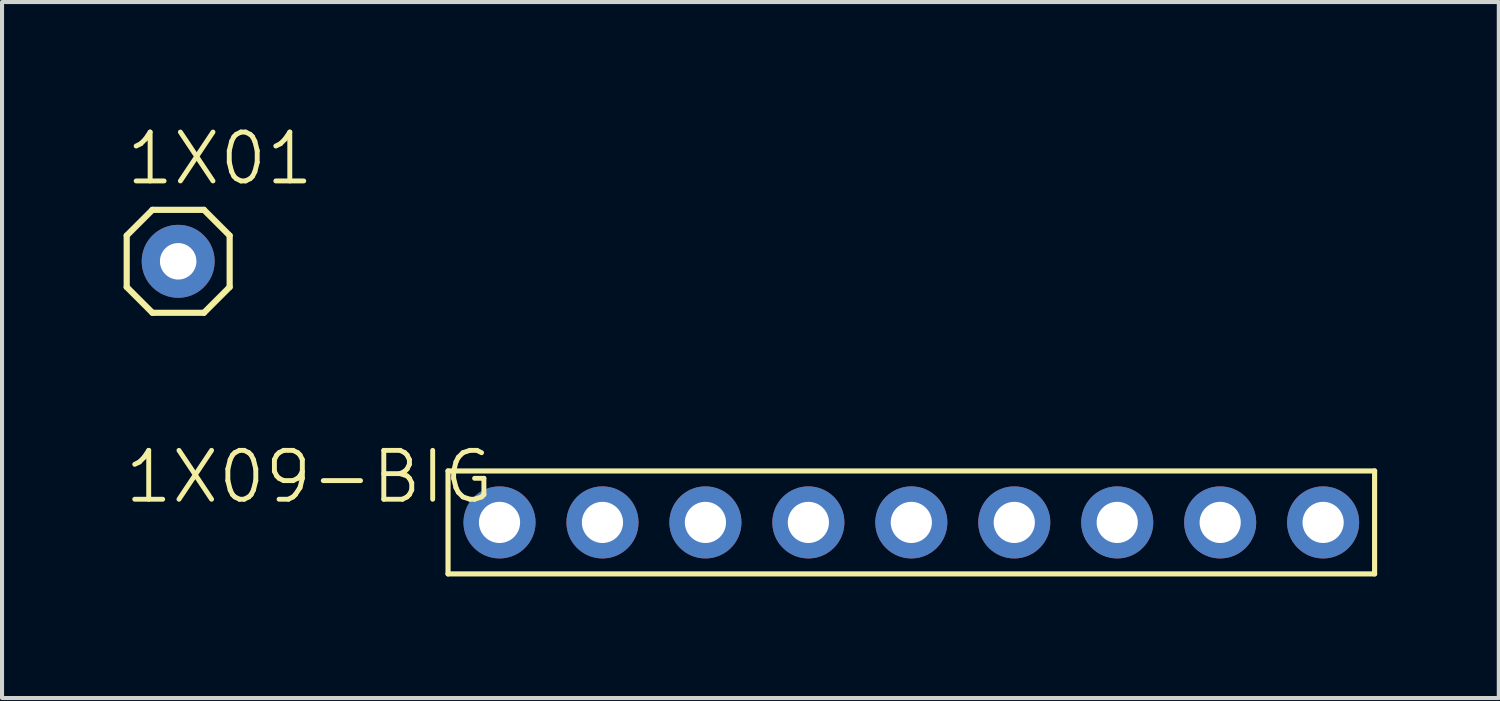
<source format=kicad_pcb>
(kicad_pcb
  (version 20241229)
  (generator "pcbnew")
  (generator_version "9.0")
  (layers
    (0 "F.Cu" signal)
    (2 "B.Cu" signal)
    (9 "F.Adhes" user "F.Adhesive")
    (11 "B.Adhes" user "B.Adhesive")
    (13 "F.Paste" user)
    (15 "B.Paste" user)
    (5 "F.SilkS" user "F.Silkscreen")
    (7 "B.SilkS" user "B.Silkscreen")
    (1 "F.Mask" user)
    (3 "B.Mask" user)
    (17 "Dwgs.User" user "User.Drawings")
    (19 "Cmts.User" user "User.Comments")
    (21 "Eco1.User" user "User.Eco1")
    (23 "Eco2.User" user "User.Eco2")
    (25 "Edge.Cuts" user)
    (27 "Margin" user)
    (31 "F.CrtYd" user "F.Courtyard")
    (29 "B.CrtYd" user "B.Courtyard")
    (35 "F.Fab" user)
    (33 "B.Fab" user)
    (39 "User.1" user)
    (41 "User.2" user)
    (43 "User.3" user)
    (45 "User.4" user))
  (footprint "1X09-BIG"
    (layer "F.Cu")
    (at 19.434 9.839)
    (property "Reference" "1X09-BIG" (at -10.236 -1.829 180) (layer "F.SilkS") (effects (font (size 1.206 1.206) (thickness 0.121)) (justify right top)))
    (attr through_hole)
    (fp_line (start -11.43 -1.27) (end 11.43 -1.27) (stroke (width 0.127) (type solid)) (layer "F.SilkS"))
    (fp_line (start -11.43 1.27) (end -11.43 -1.27) (stroke (width 0.127) (type solid)) (layer "F.SilkS"))
    (fp_line (start 11.43 -1.27) (end 11.43 1.27) (stroke (width 0.127) (type solid)) (layer "F.SilkS"))
    (fp_line (start 11.43 1.27) (end -11.43 1.27) (stroke (width 0.127) (type solid)) (layer "F.SilkS"))
    (fp_poly (pts (xy -10.414 0.254) (xy -9.906 0.254) (xy -9.906 -0.254) (xy -10.414 -0.254)) (stroke (width 0.1) (type solid)) (fill no) (layer "F.Fab"))
    (fp_poly (pts (xy -7.874 0.254) (xy -7.366 0.254) (xy -7.366 -0.254) (xy -7.874 -0.254)) (stroke (width 0.1) (type solid)) (fill no) (layer "F.Fab"))
    (fp_poly (pts (xy -5.334 0.254) (xy -4.826 0.254) (xy -4.826 -0.254) (xy -5.334 -0.254)) (stroke (width 0.1) (type solid)) (fill no) (layer "F.Fab"))
    (fp_poly (pts (xy -2.794 0.254) (xy -2.286 0.254) (xy -2.286 -0.254) (xy -2.794 -0.254)) (stroke (width 0.1) (type solid)) (fill no) (layer "F.Fab"))
    (fp_poly (pts (xy -0.254 0.254) (xy 0.254 0.254) (xy 0.254 -0.254) (xy -0.254 -0.254)) (stroke (width 0.1) (type solid)) (fill no) (layer "F.Fab"))
    (fp_poly (pts (xy 2.286 0.254) (xy 2.794 0.254) (xy 2.794 -0.254) (xy 2.286 -0.254)) (stroke (width 0.1) (type solid)) (fill no) (layer "F.Fab"))
    (fp_poly (pts (xy 4.826 0.254) (xy 5.334 0.254) (xy 5.334 -0.254) (xy 4.826 -0.254)) (stroke (width 0.1) (type solid)) (fill no) (layer "F.Fab"))
    (fp_poly (pts (xy 7.366 0.254) (xy 7.874 0.254) (xy 7.874 -0.254) (xy 7.366 -0.254)) (stroke (width 0.1) (type solid)) (fill no) (layer "F.Fab"))
    (fp_poly (pts (xy 9.906 0.254) (xy 10.414 0.254) (xy 10.414 -0.254) (xy 9.906 -0.254)) (stroke (width 0.1) (type solid)) (fill no) (layer "F.Fab"))
    (pad "1" thru_hole circle (at -10.16 0 90) (size 1.778 1.778) (drill 1.016) (layers "*.Cu" "*.Mask"))
    (pad "2" thru_hole circle (at -7.62 0 90) (size 1.778 1.778) (drill 1.016) (layers "*.Cu" "*.Mask"))
    (pad "3" thru_hole circle (at -5.08 0 90) (size 1.778 1.778) (drill 1.016) (layers "*.Cu" "*.Mask"))
    (pad "4" thru_hole circle (at -2.54 0 90) (size 1.778 1.778) (drill 1.016) (layers "*.Cu" "*.Mask"))
    (pad "5" thru_hole circle (at 0 0 90) (size 1.778 1.778) (drill 1.016) (layers "*.Cu" "*.Mask"))
    (pad "6" thru_hole circle (at 2.54 0 90) (size 1.778 1.778) (drill 1.016) (layers "*.Cu" "*.Mask"))
    (pad "7" thru_hole circle (at 5.08 0 90) (size 1.778 1.778) (drill 1.016) (layers "*.Cu" "*.Mask"))
    (pad "8" thru_hole circle (at 7.62 0 90) (size 1.778 1.778) (drill 1.016) (layers "*.Cu" "*.Mask"))
    (pad "9" thru_hole circle (at 10.16 0 90) (size 1.778 1.778) (drill 1.016) (layers "*.Cu" "*.Mask")))
  (footprint "1X01"
    (layer "F.Cu")
    (at 1.346 3.397)
    (property "Reference" "1X01" (at -1.346 -1.829 0) (layer "F.SilkS") (effects (font (size 1.206 1.206) (thickness 0.121)) (justify left bottom)))
    (attr through_hole)
    (fp_line (start -1.27 -0.635) (end -1.27 0.635) (stroke (width 0.152) (type solid)) (layer "F.SilkS"))
    (fp_line (start -1.27 0.635) (end -0.635 1.27) (stroke (width 0.152) (type solid)) (layer "F.SilkS"))
    (fp_line (start -0.635 -1.27) (end -1.27 -0.635) (stroke (width 0.152) (type solid)) (layer "F.SilkS"))
    (fp_line (start -0.635 -1.27) (end 0.635 -1.27) (stroke (width 0.152) (type solid)) (layer "F.SilkS"))
    (fp_line (start 0.635 -1.27) (end 1.27 -0.635) (stroke (width 0.152) (type solid)) (layer "F.SilkS"))
    (fp_line (start 0.635 1.27) (end -0.635 1.27) (stroke (width 0.152) (type solid)) (layer "F.SilkS"))
    (fp_line (start 1.27 -0.635) (end 1.27 0.635) (stroke (width 0.152) (type solid)) (layer "F.SilkS"))
    (fp_line (start 1.27 0.635) (end 0.635 1.27) (stroke (width 0.152) (type solid)) (layer "F.SilkS"))
    (fp_poly (pts (xy -0.254 0.254) (xy 0.254 0.254) (xy 0.254 -0.254) (xy -0.254 -0.254)) (stroke (width 0.1) (type solid)) (fill no) (layer "F.Fab"))
    (pad "1" thru_hole circle (at 0 0) (size 1.8 1.8) (drill 0.9) (layers "*.Cu" "*.Mask")))
  (gr_rect
    (start -3 -3)
    (end 33.928 14.172)
    (stroke (width 0.1) (type default))
    (fill no)
    (layer "Edge.Cuts")))
</source>
